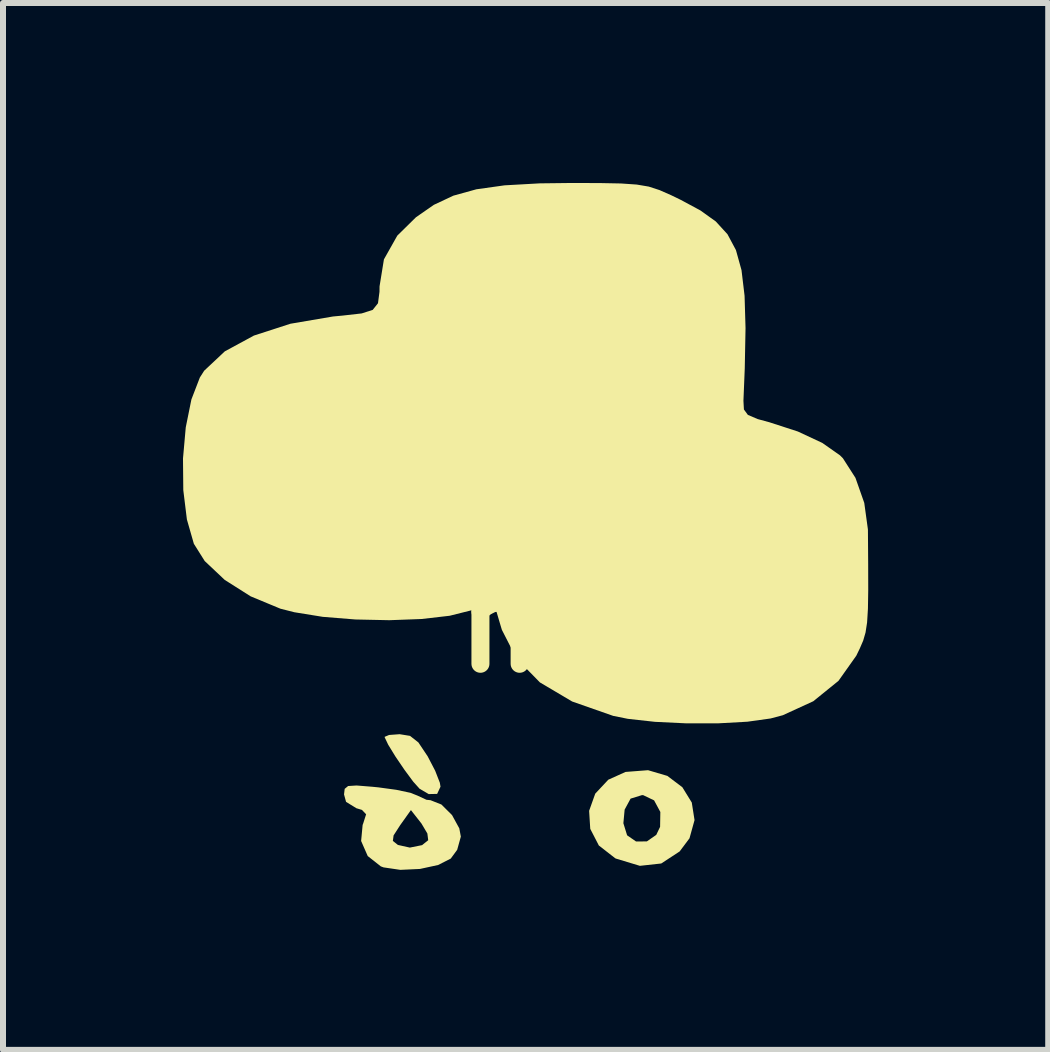
<source format=kicad_pcb>
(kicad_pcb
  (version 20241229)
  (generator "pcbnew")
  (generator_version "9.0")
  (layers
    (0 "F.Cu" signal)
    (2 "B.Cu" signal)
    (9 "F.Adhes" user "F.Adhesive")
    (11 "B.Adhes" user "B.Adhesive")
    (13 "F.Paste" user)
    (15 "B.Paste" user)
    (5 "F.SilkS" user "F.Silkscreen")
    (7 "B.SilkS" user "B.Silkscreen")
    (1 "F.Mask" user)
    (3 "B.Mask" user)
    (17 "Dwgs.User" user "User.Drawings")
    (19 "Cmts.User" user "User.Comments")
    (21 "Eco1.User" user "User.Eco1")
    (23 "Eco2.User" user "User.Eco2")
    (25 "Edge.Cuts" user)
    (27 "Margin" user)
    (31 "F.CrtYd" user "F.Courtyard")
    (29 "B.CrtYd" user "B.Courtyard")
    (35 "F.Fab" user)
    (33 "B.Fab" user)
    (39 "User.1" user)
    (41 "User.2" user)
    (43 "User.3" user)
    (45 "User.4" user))
  (footprint "hi"
    (layer "F.Cu")
    (at 5.647 7.324)
    (property "Reference" "hi" (at 0 0 0) (layer "F.SilkS") (effects (font (size 1.524 1.524) (thickness 0.3))))
    (attr board_only exclude_from_pos_files exclude_from_bom)
    (fp_poly (pts (xy -1.863 1.891) (xy -1.724 2) (xy -1.571 2.229) (xy -1.57 2.23) (xy -1.444 2.472) (xy -1.366 2.672) (xy -1.355 2.738) (xy -1.411 2.858) (xy -1.552 2.861) (xy -1.703 2.773) (xy -1.809 2.655) (xy -1.954 2.459) (xy -2.105 2.237) (xy -2.227 2.038) (xy -2.285 1.916) (xy -2.286 1.907) (xy -2.212 1.876) (xy -2.036 1.863)) (stroke (width 0) (type solid)) (fill yes) (layer "F.SilkS"))
    (fp_poly (pts (xy 2.426 2.558) (xy 2.676 2.747) (xy 2.833 3.002) (xy 2.879 3.295) (xy 2.795 3.598) (xy 2.631 3.817) (xy 2.324 4.018) (xy 1.968 4.057) (xy 1.568 3.936) (xy 1.556 3.93) (xy 1.284 3.718) (xy 1.141 3.441) (xy 1.135 3.347) (xy 1.693 3.347) (xy 1.755 3.548) (xy 1.904 3.651) (xy 2.084 3.65) (xy 2.241 3.541) (xy 2.305 3.407) (xy 2.309 3.159) (xy 2.205 2.966) (xy 2.023 2.879) (xy 2.001 2.879) (xy 1.813 2.937) (xy 1.714 3.12) (xy 1.693 3.347) (xy 1.135 3.347) (xy 1.122 3.14) (xy 1.224 2.854) (xy 1.441 2.622) (xy 1.729 2.492) (xy 2.104 2.463)) (stroke (width 0) (type solid)) (fill yes) (layer "F.SilkS"))
    (fp_poly (pts (xy -2.493 2.739) (xy -2.392 2.749) (xy -2.091 2.79) (xy -1.856 2.84) (xy -1.74 2.886) (xy -1.589 2.956) (xy -1.522 2.963) (xy -1.34 3.035) (xy -1.163 3.211) (xy -1.042 3.432) (xy -1.016 3.57) (xy -1.077 3.79) (xy -1.184 3.936) (xy -1.394 4.043) (xy -1.698 4.109) (xy -2.025 4.124) (xy -2.304 4.083) (xy -2.35 4.066) (xy -2.568 3.894) (xy -2.678 3.643) (xy -2.678 3.642) (xy -2.149 3.642) (xy -2.066 3.708) (xy -2.064 3.709) (xy -1.866 3.753) (xy -1.662 3.712) (xy -1.56 3.63) (xy -1.574 3.518) (xy -1.673 3.351) (xy -1.681 3.341) (xy -1.848 3.128) (xy -2.027 3.379) (xy -2.137 3.55) (xy -2.149 3.642) (xy -2.678 3.642) (xy -2.653 3.375) (xy -2.644 3.352) (xy -2.595 3.198) (xy -2.664 3.125) (xy -2.757 3.097) (xy -2.929 2.991) (xy -2.963 2.867) (xy -2.952 2.774) (xy -2.895 2.727) (xy -2.754 2.718)) (stroke (width 0) (type solid)) (fill yes) (layer "F.SilkS"))
    (fp_poly (pts (xy 1.296 -7.323) (xy 1.654 -7.316) (xy 1.915 -7.298) (xy 2.116 -7.264) (xy 2.295 -7.206) (xy 2.488 -7.121) (xy 2.651 -7.042) (xy 2.976 -6.867) (xy 3.233 -6.683) (xy 3.428 -6.47) (xy 3.569 -6.206) (xy 3.662 -5.871) (xy 3.713 -5.444) (xy 3.729 -4.905) (xy 3.716 -4.232) (xy 3.694 -3.694) (xy 3.702 -3.549) (xy 3.768 -3.459) (xy 3.932 -3.389) (xy 4.127 -3.336) (xy 4.601 -3.182) (xy 5.008 -2.992) (xy 5.303 -2.785) (xy 5.352 -2.736) (xy 5.561 -2.41) (xy 5.708 -1.992) (xy 5.768 -1.555) (xy 5.769 -1.539) (xy 5.773 -0.968) (xy 5.774 -0.54) (xy 5.769 -0.226) (xy 5.755 0.001) (xy 5.729 0.169) (xy 5.69 0.303) (xy 5.634 0.433) (xy 5.575 0.555) (xy 5.278 0.974) (xy 4.858 1.314) (xy 4.35 1.547) (xy 4.146 1.601) (xy 3.76 1.655) (xy 3.272 1.682) (xy 2.739 1.682) (xy 2.219 1.657) (xy 1.768 1.607) (xy 1.524 1.558) (xy 0.839 1.318) (xy 0.302 1) (xy -0.087 0.603) (xy -0.332 0.124) (xy -0.355 0.048) (xy -0.419 -0.169) (xy -0.461 -0.302) (xy -0.468 -0.318) (xy -0.547 -0.304) (xy -0.733 -0.243) (xy -0.855 -0.198) (xy -1.202 -0.111) (xy -1.669 -0.057) (xy -2.208 -0.037) (xy -2.773 -0.049) (xy -3.317 -0.093) (xy -3.793 -0.17) (xy -4.024 -0.229) (xy -4.52 -0.435) (xy -4.952 -0.709) (xy -5.285 -1.023) (xy -5.466 -1.311) (xy -5.582 -1.716) (xy -5.642 -2.205) (xy -5.647 -2.732) (xy -5.601 -3.251) (xy -5.507 -3.716) (xy -5.366 -4.082) (xy -5.294 -4.195) (xy -4.95 -4.518) (xy -4.465 -4.781) (xy -3.857 -4.978) (xy -3.147 -5.099) (xy -2.987 -5.114) (xy -2.669 -5.15) (xy -2.485 -5.209) (xy -2.397 -5.32) (xy -2.372 -5.511) (xy -2.371 -5.601) (xy -2.298 -6.051) (xy -2.075 -6.447) (xy -1.764 -6.753) (xy -1.466 -6.96) (xy -1.14 -7.113) (xy -0.757 -7.219) (xy -0.287 -7.285) (xy 0.3 -7.318) (xy 0.806 -7.324)) (stroke (width 0) (type solid)) (fill yes) (layer "F.SilkS")))
  (gr_rect
    (start -3 -3)
    (end 14.421 14.448)
    (stroke (width 0.1) (type default))
    (fill no)
    (layer "Edge.Cuts")))
</source>
